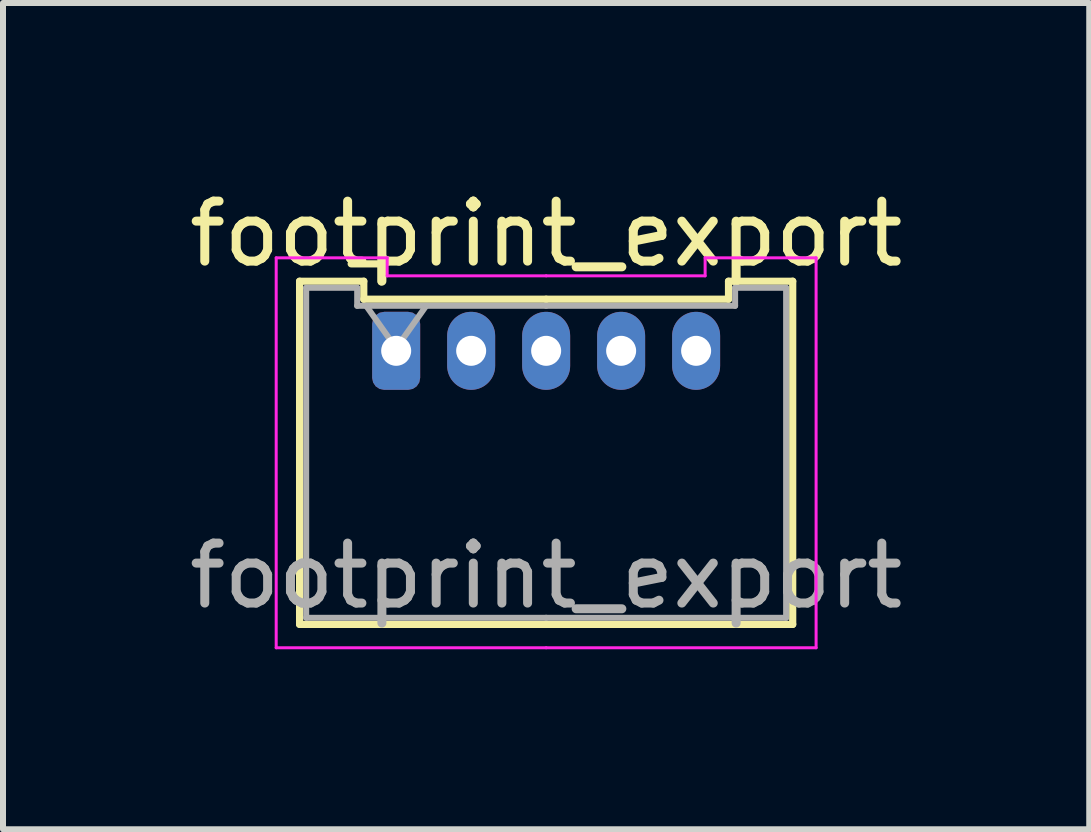
<source format=kicad_pcb>
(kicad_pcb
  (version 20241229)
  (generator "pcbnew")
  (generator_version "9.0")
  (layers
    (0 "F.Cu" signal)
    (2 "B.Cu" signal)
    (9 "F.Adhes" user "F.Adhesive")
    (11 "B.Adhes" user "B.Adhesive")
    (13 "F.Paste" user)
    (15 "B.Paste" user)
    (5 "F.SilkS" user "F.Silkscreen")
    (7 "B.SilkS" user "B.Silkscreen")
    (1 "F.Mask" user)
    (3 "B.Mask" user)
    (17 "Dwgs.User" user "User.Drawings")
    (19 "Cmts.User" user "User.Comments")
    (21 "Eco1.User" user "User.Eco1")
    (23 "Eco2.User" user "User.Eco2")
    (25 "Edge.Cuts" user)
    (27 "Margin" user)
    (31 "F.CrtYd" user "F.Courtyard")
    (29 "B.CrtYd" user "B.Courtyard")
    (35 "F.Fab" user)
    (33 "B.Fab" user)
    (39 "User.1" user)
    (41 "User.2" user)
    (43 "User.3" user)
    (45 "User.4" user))
  (footprint "footprint_export"
    (layer "F.Cu")
    (at 3.554 2.798)
    (property "Reference" "footprint_export" (at 2.5 -1.95 0) (layer "F.SilkS") (effects (font (size 1 1) (thickness 0.15))))
    (attr through_hole)
    (fp_line (start -1.61 -1.16) (end -1.61 4.56) (stroke (width 0.12) (type solid)) (layer "F.SilkS"))
    (fp_line (start -1.61 4.56) (end 2.5 4.56) (stroke (width 0.12) (type solid)) (layer "F.SilkS"))
    (fp_line (start -0.54 -1.16) (end -1.61 -1.16) (stroke (width 0.12) (type solid)) (layer "F.SilkS"))
    (fp_line (start -0.54 -0.86) (end -0.54 -1.16) (stroke (width 0.12) (type solid)) (layer "F.SilkS"))
    (fp_line (start -0.25 -1.45) (end -0.75 -1.45) (stroke (width 0.12) (type solid)) (layer "F.SilkS"))
    (fp_line (start -0.25 -1.15) (end -0.25 -1.45) (stroke (width 0.12) (type solid)) (layer "F.SilkS"))
    (fp_line (start 2.5 -0.86) (end -0.54 -0.86) (stroke (width 0.12) (type solid)) (layer "F.SilkS"))
    (fp_line (start 2.5 -0.86) (end 5.54 -0.86) (stroke (width 0.12) (type solid)) (layer "F.SilkS"))
    (fp_line (start 5.54 -1.16) (end 6.61 -1.16) (stroke (width 0.12) (type solid)) (layer "F.SilkS"))
    (fp_line (start 5.54 -0.86) (end 5.54 -1.16) (stroke (width 0.12) (type solid)) (layer "F.SilkS"))
    (fp_line (start 6.61 -1.16) (end 6.61 4.56) (stroke (width 0.12) (type solid)) (layer "F.SilkS"))
    (fp_line (start 6.61 4.56) (end 2.5 4.56) (stroke (width 0.12) (type solid)) (layer "F.SilkS"))
    (fp_line (start -2 -1.55) (end -2 4.95) (stroke (width 0.05) (type solid)) (layer "F.CrtYd"))
    (fp_line (start -2 4.95) (end 2.5 4.95) (stroke (width 0.05) (type solid)) (layer "F.CrtYd"))
    (fp_line (start -0.15 -1.55) (end -2 -1.55) (stroke (width 0.05) (type solid)) (layer "F.CrtYd"))
    (fp_line (start -0.15 -1.25) (end -0.15 -1.55) (stroke (width 0.05) (type solid)) (layer "F.CrtYd"))
    (fp_line (start 2.5 -1.25) (end -0.15 -1.25) (stroke (width 0.05) (type solid)) (layer "F.CrtYd"))
    (fp_line (start 2.5 -1.25) (end 5.15 -1.25) (stroke (width 0.05) (type solid)) (layer "F.CrtYd"))
    (fp_line (start 5.15 -1.55) (end 7 -1.55) (stroke (width 0.05) (type solid)) (layer "F.CrtYd"))
    (fp_line (start 5.15 -1.25) (end 5.15 -1.55) (stroke (width 0.05) (type solid)) (layer "F.CrtYd"))
    (fp_line (start 7 -1.55) (end 7 4.95) (stroke (width 0.05) (type solid)) (layer "F.CrtYd"))
    (fp_line (start 7 4.95) (end 2.5 4.95) (stroke (width 0.05) (type solid)) (layer "F.CrtYd"))
    (fp_line (start -1.5 -1.05) (end -1.5 4.45) (stroke (width 0.1) (type solid)) (layer "F.Fab"))
    (fp_line (start -1.5 4.45) (end 2.5 4.45) (stroke (width 0.1) (type solid)) (layer "F.Fab"))
    (fp_line (start -0.65 -1.05) (end -1.5 -1.05) (stroke (width 0.1) (type solid)) (layer "F.Fab"))
    (fp_line (start -0.65 -0.75) (end -0.65 -1.05) (stroke (width 0.1) (type solid)) (layer "F.Fab"))
    (fp_line (start -0.5 -0.75) (end 0 -0.043) (stroke (width 0.1) (type solid)) (layer "F.Fab"))
    (fp_line (start 0 -0.043) (end 0.5 -0.75) (stroke (width 0.1) (type solid)) (layer "F.Fab"))
    (fp_line (start 2.5 -0.75) (end -0.65 -0.75) (stroke (width 0.1) (type solid)) (layer "F.Fab"))
    (fp_line (start 2.5 -0.75) (end 5.65 -0.75) (stroke (width 0.1) (type solid)) (layer "F.Fab"))
    (fp_line (start 5.65 -1.05) (end 6.5 -1.05) (stroke (width 0.1) (type solid)) (layer "F.Fab"))
    (fp_line (start 5.65 -0.75) (end 5.65 -1.05) (stroke (width 0.1) (type solid)) (layer "F.Fab"))
    (fp_line (start 6.5 -1.05) (end 6.5 4.45) (stroke (width 0.1) (type solid)) (layer "F.Fab"))
    (fp_line (start 6.5 4.45) (end 2.5 4.45) (stroke (width 0.1) (type solid)) (layer "F.Fab"))
    (fp_text user "${REFERENCE}" (at 2.5 3.75 0) (layer "F.Fab") (effects (font (size 1 1) (thickness 0.15))))
    (pad "1" thru_hole roundrect (at 0 0) (size 0.8 1.3) (drill 0.5) (layers "*.Cu" "*.Mask") (roundrect_rratio 0.25))
    (pad "2" thru_hole oval (at 1.25 0) (size 0.8 1.3) (drill 0.5) (layers "*.Cu" "*.Mask"))
    (pad "3" thru_hole oval (at 2.5 0) (size 0.8 1.3) (drill 0.5) (layers "*.Cu" "*.Mask"))
    (pad "4" thru_hole oval (at 3.75 0) (size 0.8 1.3) (drill 0.5) (layers "*.Cu" "*.Mask"))
    (pad "5" thru_hole oval (at 5 0) (size 0.8 1.3) (drill 0.5) (layers "*.Cu" "*.Mask")))
  (gr_rect
    (start -3 -3)
    (end 15.107 10.773)
    (stroke (width 0.1) (type default))
    (fill no)
    (layer "Edge.Cuts")))
</source>
